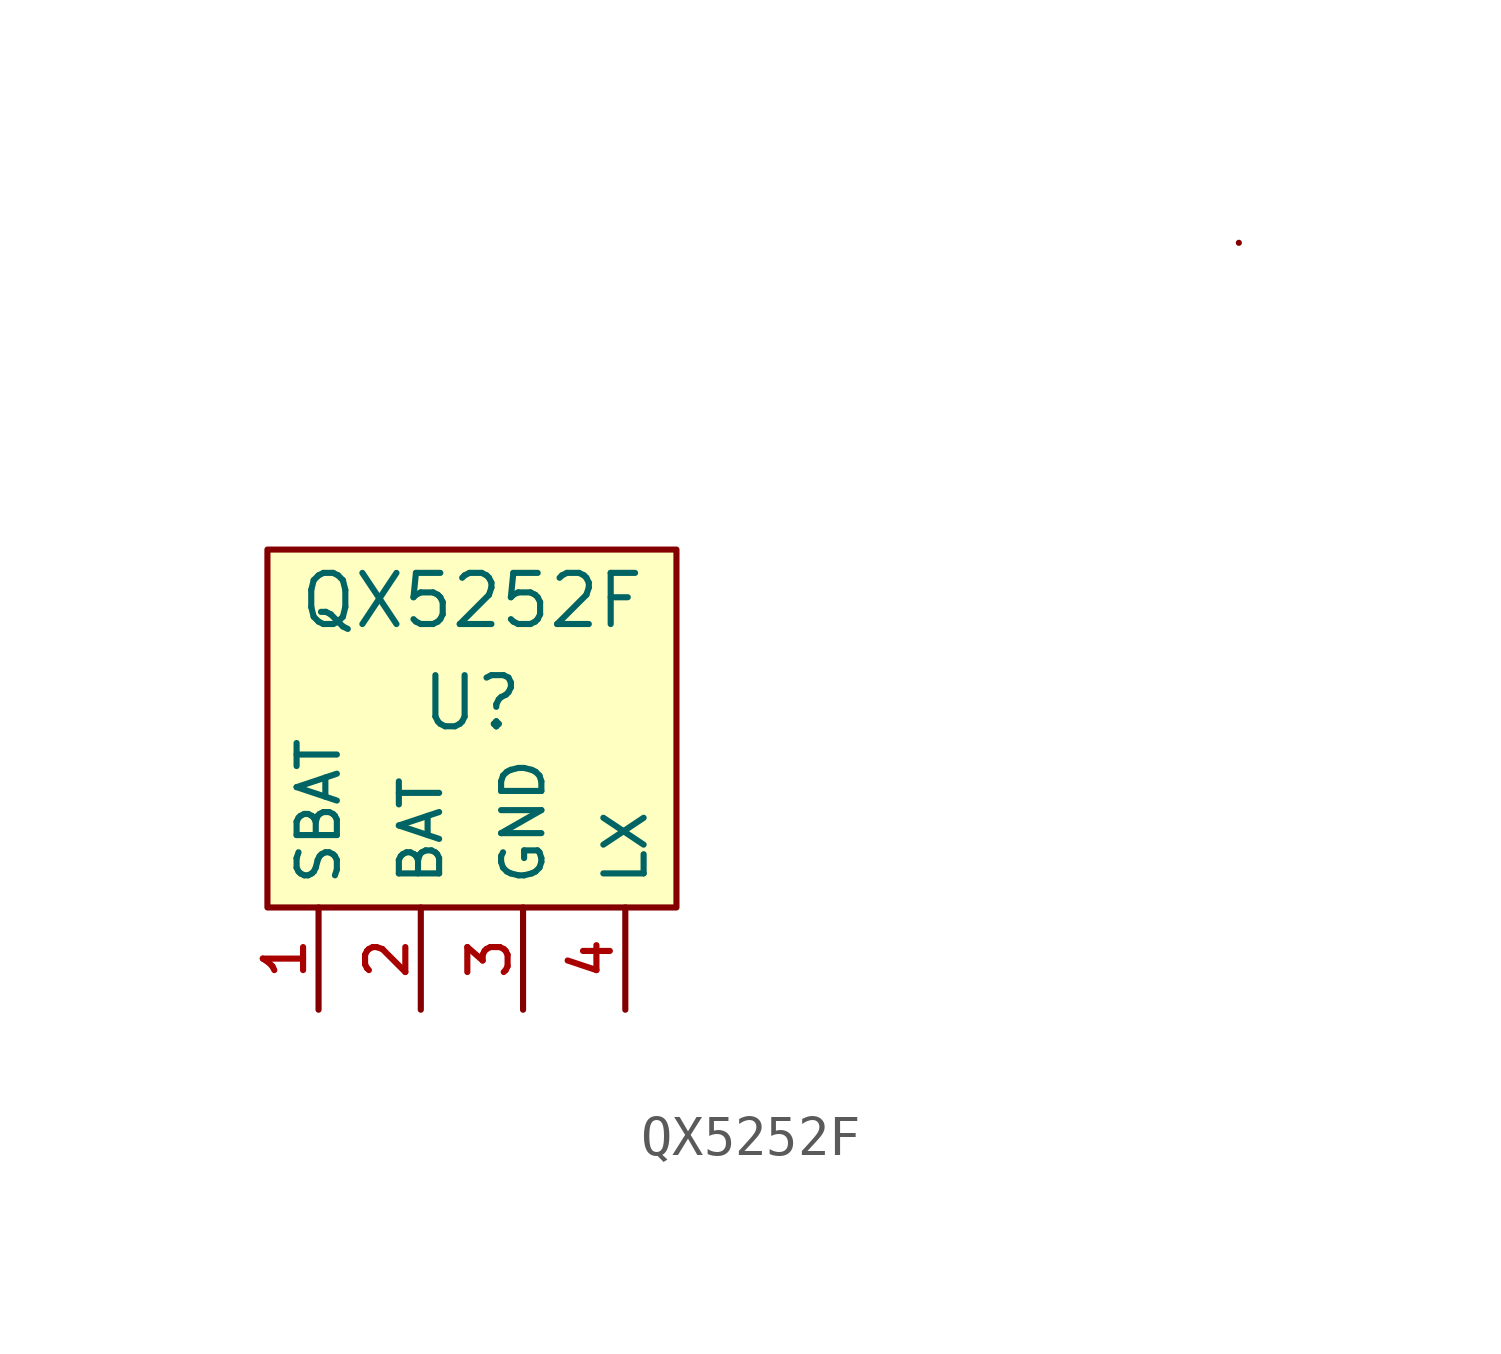
<source format=kicad_sym>
(kicad_symbol_lib
  (version 20211014)
  (generator kicad_symbol_editor)
  (symbol "QX5252F"
    (property "Reference" "U"
      (at 0 7.62 0)
      (effects (font (size 1.27 1.27))))
    (property "Value" "QX5252F"
      (at 0 10.16 0)
      (effects (font (size 1.27 1.27))))
    (symbol "QX5252F_0_1"
      (polyline (pts (xy -5.08 2.54) (xy 5.08 2.54) (xy 5.08 11.43) (xy -5.08 11.43) (xy -5.08 2.54)) (stroke (width 0.152) (type default) (color 0 0 0 0)) (fill (type background)))
      (rectangle (start 19.05 19.05) (end 19.05 19.05) (stroke (width 0.152) (type default) (color 0 0 0 0)) (fill (type none))))
    (symbol "QX5252F_1_1"
      (pin input line (at -3.81 0 90) (length 2.54) (name "SBAT" (effects (font (size 1 1)))) (number "1" (effects (font (size 1 1)))))
      (pin input line (at -1.27 0 90) (length 2.54) (name "BAT" (effects (font (size 1 1)))) (number "2" (effects (font (size 1 1)))))
      (pin input line (at 1.27 0 90) (length 2.54) (name "GND" (effects (font (size 1 1)))) (number "3" (effects (font (size 1 1)))))
      (pin input line (at 3.81 0 90) (length 2.54) (name "LX" (effects (font (size 1 1)))) (number "4" (effects (font (size 1 1))))))))
</source>
